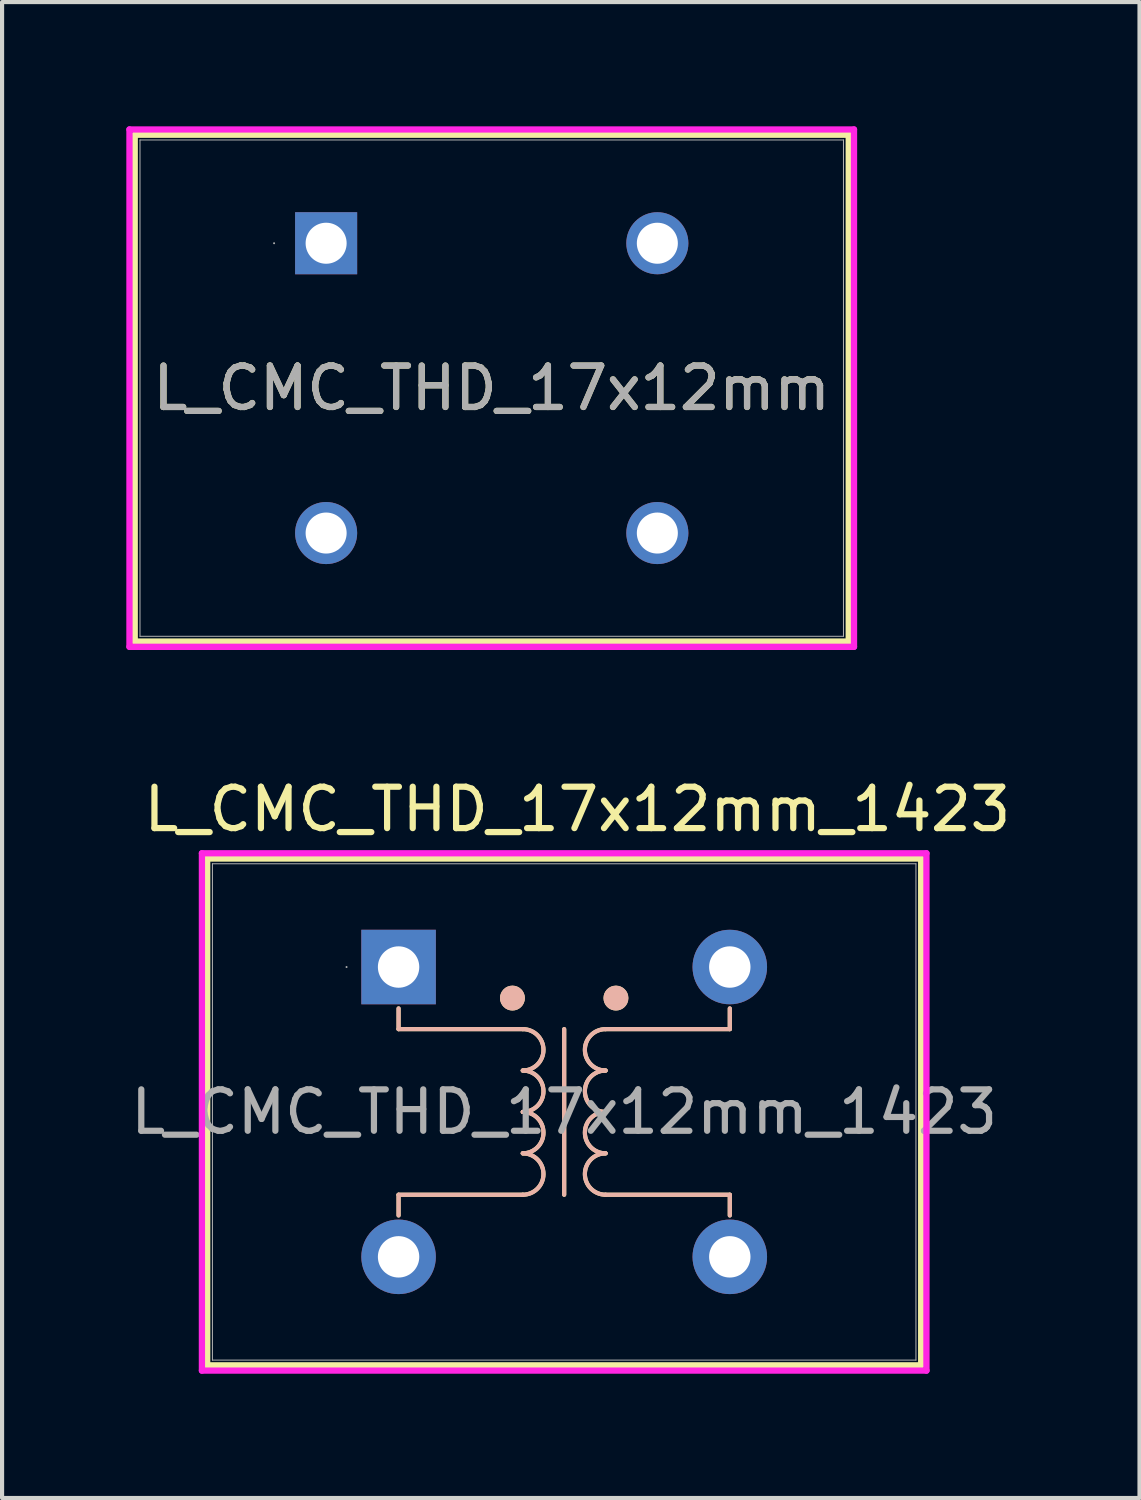
<source format=kicad_pcb>
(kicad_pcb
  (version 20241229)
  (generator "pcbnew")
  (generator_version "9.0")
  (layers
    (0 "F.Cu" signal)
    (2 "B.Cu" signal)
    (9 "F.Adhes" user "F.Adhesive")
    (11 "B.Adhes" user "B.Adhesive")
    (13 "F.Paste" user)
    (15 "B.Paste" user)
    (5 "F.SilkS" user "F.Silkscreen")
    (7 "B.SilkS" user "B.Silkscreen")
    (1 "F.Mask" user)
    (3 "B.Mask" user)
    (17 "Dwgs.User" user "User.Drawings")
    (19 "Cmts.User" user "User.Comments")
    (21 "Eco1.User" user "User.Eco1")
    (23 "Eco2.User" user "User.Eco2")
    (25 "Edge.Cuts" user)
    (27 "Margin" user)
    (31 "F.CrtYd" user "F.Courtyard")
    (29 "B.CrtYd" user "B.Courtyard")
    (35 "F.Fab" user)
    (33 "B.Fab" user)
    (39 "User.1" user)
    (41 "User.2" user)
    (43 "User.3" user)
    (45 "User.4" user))
  (footprint "L_CMC_THD_17x12mm"
    (layer "F.Cu")
    (at 4.827 2.825)
    (property "Reference" "L_CMC_THD_17x12mm" (at 4 3.5 0) (unlocked yes) (layer "F.SilkS") (effects (font (size 1 1) (thickness 0.15))))
    (attr through_hole)
    (fp_line (start -4.623 -2.621) (end -4.623 9.621) (stroke (width 0.152) (type solid)) (layer "F.SilkS"))
    (fp_line (start 12.623 -2.621) (end -4.623 -2.621) (stroke (width 0.152) (type solid)) (layer "F.SilkS"))
    (fp_line (start 12.623 -2.621) (end 12.623 9.621) (stroke (width 0.152) (type solid)) (layer "F.SilkS"))
    (fp_line (start 12.623 9.621) (end -4.623 9.621) (stroke (width 0.152) (type solid)) (layer "F.SilkS"))
    (fp_line (start -4.75 -2.748) (end 12.75 -2.748) (stroke (width 0.152) (type solid)) (layer "F.CrtYd"))
    (fp_line (start -4.75 9.748) (end -4.75 -2.748) (stroke (width 0.152) (type solid)) (layer "F.CrtYd"))
    (fp_line (start 12.75 -2.748) (end 12.75 9.748) (stroke (width 0.152) (type solid)) (layer "F.CrtYd"))
    (fp_line (start 12.75 9.748) (end -4.75 9.748) (stroke (width 0.152) (type solid)) (layer "F.CrtYd"))
    (fp_line (start -4.496 -2.494) (end -4.496 9.494) (stroke (width 0.025) (type solid)) (layer "F.Fab"))
    (fp_line (start 12.496 -2.494) (end -4.496 -2.494) (stroke (width 0.025) (type solid)) (layer "F.Fab"))
    (fp_line (start 12.496 -2.494) (end 12.496 9.494) (stroke (width 0.025) (type solid)) (layer "F.Fab"))
    (fp_line (start 12.496 9.494) (end -4.496 9.494) (stroke (width 0.025) (type solid)) (layer "F.Fab"))
    (fp_circle (center -1.257 0) (end -1.257 0) (stroke (width 0.025) (type solid)) (fill no) (layer "F.Fab"))
    (fp_text user "${REFERENCE}" (at 4 3.5 0) (unlocked yes) (layer "F.Fab") (effects (font (size 1 1) (thickness 0.15))))
    (pad "1" thru_hole rect (at 0 0) (size 1.499 1.499) (drill 0.991) (layers "*.Cu" "*.Mask"))
    (pad "2" thru_hole circle (at 0 7) (size 1.499 1.499) (drill 0.991) (layers "*.Cu" "*.Mask"))
    (pad "3" thru_hole circle (at 8 7) (size 1.499 1.499) (drill 0.991) (layers "*.Cu" "*.Mask"))
    (pad "4" thru_hole circle (at 8 0) (size 1.499 1.499) (drill 0.991) (layers "*.Cu" "*.Mask")))
  (footprint "L_CMC_THD_17x12mm_1423"
    (layer "F.Cu")
    (at 6.577 20.307)
    (property "Reference" "L_CMC_THD_17x12mm_1423" (at 4.318 -3.81 0) (unlocked yes) (layer "F.SilkS") (effects (font (size 1 1) (thickness 0.15))))
    (attr through_hole)
    (fp_line (start -4.623 -2.621) (end -4.623 9.621) (stroke (width 0.152) (type solid)) (layer "F.SilkS"))
    (fp_line (start 0 1.5) (end 0 1) (stroke (width 0.1) (type default)) (layer "F.SilkS"))
    (fp_line (start 0 5.5) (end 0 6) (stroke (width 0.1) (type default)) (layer "F.SilkS"))
    (fp_line (start 3 1.5) (end 0 1.5) (stroke (width 0.1) (type default)) (layer "F.SilkS"))
    (fp_line (start 3 5.5) (end 0 5.5) (stroke (width 0.1) (type default)) (layer "F.SilkS"))
    (fp_line (start 4 1.5) (end 4 5.5) (stroke (width 0.1) (type default)) (layer "F.SilkS"))
    (fp_line (start 5 1.5) (end 8 1.5) (stroke (width 0.1) (type default)) (layer "F.SilkS"))
    (fp_line (start 5 5.5) (end 8 5.5) (stroke (width 0.1) (type default)) (layer "F.SilkS"))
    (fp_line (start 8 1.5) (end 8 1) (stroke (width 0.1) (type default)) (layer "F.SilkS"))
    (fp_line (start 8 5.5) (end 8 6) (stroke (width 0.1) (type default)) (layer "F.SilkS"))
    (fp_line (start 12.623 -2.621) (end -4.623 -2.621) (stroke (width 0.152) (type solid)) (layer "F.SilkS"))
    (fp_line (start 12.623 -2.621) (end 12.623 9.621) (stroke (width 0.152) (type solid)) (layer "F.SilkS"))
    (fp_line (start 12.623 9.621) (end -4.623 9.621) (stroke (width 0.152) (type solid)) (layer "F.SilkS"))
    (fp_arc (start 3 1.5) (mid 3.5 2) (end 3 2.5) (stroke (width 0.1) (type default)) (layer "F.SilkS"))
    (fp_arc (start 3 2.5) (mid 3.5 3) (end 3 3.5) (stroke (width 0.1) (type default)) (layer "F.SilkS"))
    (fp_arc (start 3 3.5) (mid 3.5 4) (end 3 4.5) (stroke (width 0.1) (type default)) (layer "F.SilkS"))
    (fp_arc (start 3 4.5) (mid 3.5 5) (end 3 5.5) (stroke (width 0.1) (type default)) (layer "F.SilkS"))
    (fp_arc (start 5 2.5) (mid 4.5 2) (end 5 1.5) (stroke (width 0.1) (type default)) (layer "F.SilkS"))
    (fp_arc (start 5 3.5) (mid 4.5 3) (end 5 2.5) (stroke (width 0.1) (type default)) (layer "F.SilkS"))
    (fp_arc (start 5 4.5) (mid 4.5 4) (end 5 3.5) (stroke (width 0.1) (type default)) (layer "F.SilkS"))
    (fp_arc (start 5 5.5) (mid 4.5 5) (end 5 4.5) (stroke (width 0.1) (type default)) (layer "F.SilkS"))
    (fp_circle (center 2.75 0.75) (end 3 0.75) (stroke (width 0.1) (type solid)) (fill yes) (layer "F.SilkS"))
    (fp_circle (center 5.25 0.75) (end 5.5 0.75) (stroke (width 0.1) (type solid)) (fill yes) (layer "F.SilkS"))
    (fp_line (start 0 1.5) (end 0 1) (stroke (width 0.1) (type default)) (layer "B.SilkS"))
    (fp_line (start 0 5.5) (end 0 6) (stroke (width 0.1) (type default)) (layer "B.SilkS"))
    (fp_line (start 3 1.5) (end 0 1.5) (stroke (width 0.1) (type default)) (layer "B.SilkS"))
    (fp_line (start 3 5.5) (end 0 5.5) (stroke (width 0.1) (type default)) (layer "B.SilkS"))
    (fp_line (start 4 1.5) (end 4 5.5) (stroke (width 0.1) (type default)) (layer "B.SilkS"))
    (fp_line (start 5 1.5) (end 8 1.5) (stroke (width 0.1) (type default)) (layer "B.SilkS"))
    (fp_line (start 5 5.5) (end 8 5.5) (stroke (width 0.1) (type default)) (layer "B.SilkS"))
    (fp_line (start 8 1.5) (end 8 1) (stroke (width 0.1) (type default)) (layer "B.SilkS"))
    (fp_line (start 8 5.5) (end 8 6) (stroke (width 0.1) (type default)) (layer "B.SilkS"))
    (fp_arc (start 3 1.5) (mid 3.5 2) (end 3 2.5) (stroke (width 0.1) (type default)) (layer "B.SilkS"))
    (fp_arc (start 3 2.5) (mid 3.5 3) (end 3 3.5) (stroke (width 0.1) (type default)) (layer "B.SilkS"))
    (fp_arc (start 3 3.5) (mid 3.5 4) (end 3 4.5) (stroke (width 0.1) (type default)) (layer "B.SilkS"))
    (fp_arc (start 3 4.5) (mid 3.5 5) (end 3 5.5) (stroke (width 0.1) (type default)) (layer "B.SilkS"))
    (fp_arc (start 5 2.5) (mid 4.5 2) (end 5 1.5) (stroke (width 0.1) (type default)) (layer "B.SilkS"))
    (fp_arc (start 5 3.5) (mid 4.5 3) (end 5 2.5) (stroke (width 0.1) (type default)) (layer "B.SilkS"))
    (fp_arc (start 5 4.5) (mid 4.5 4) (end 5 3.5) (stroke (width 0.1) (type default)) (layer "B.SilkS"))
    (fp_arc (start 5 5.5) (mid 4.5 5) (end 5 4.5) (stroke (width 0.1) (type default)) (layer "B.SilkS"))
    (fp_circle (center 2.75 0.75) (end 2.5 0.75) (stroke (width 0.1) (type solid)) (fill yes) (layer "B.SilkS"))
    (fp_circle (center 5.25 0.75) (end 5 0.75) (stroke (width 0.1) (type solid)) (fill yes) (layer "B.SilkS"))
    (fp_line (start -4.75 -2.748) (end 12.75 -2.748) (stroke (width 0.152) (type solid)) (layer "F.CrtYd"))
    (fp_line (start -4.75 9.748) (end -4.75 -2.748) (stroke (width 0.152) (type solid)) (layer "F.CrtYd"))
    (fp_line (start 12.75 -2.748) (end 12.75 9.748) (stroke (width 0.152) (type solid)) (layer "F.CrtYd"))
    (fp_line (start 12.75 9.748) (end -4.75 9.748) (stroke (width 0.152) (type solid)) (layer "F.CrtYd"))
    (fp_line (start -4.496 -2.494) (end -4.496 9.494) (stroke (width 0.025) (type solid)) (layer "F.Fab"))
    (fp_line (start 12.496 -2.494) (end -4.496 -2.494) (stroke (width 0.025) (type solid)) (layer "F.Fab"))
    (fp_line (start 12.496 -2.494) (end 12.496 9.494) (stroke (width 0.025) (type solid)) (layer "F.Fab"))
    (fp_line (start 12.496 9.494) (end -4.496 9.494) (stroke (width 0.025) (type solid)) (layer "F.Fab"))
    (fp_circle (center -1.257 0) (end -1.257 0) (stroke (width 0.025) (type solid)) (fill no) (layer "F.Fab"))
    (fp_text user "${REFERENCE}" (at 4 3.5 0) (unlocked yes) (layer "F.Fab") (effects (font (size 1 1) (thickness 0.15))))
    (pad "1" thru_hole rect (at 0 0) (size 1.8 1.8) (drill 1) (layers "*.Cu" "*.Mask"))
    (pad "2" thru_hole circle (at 8 0) (size 1.8 1.8) (drill 1) (layers "*.Cu" "*.Mask"))
    (pad "3" thru_hole circle (at 8 7) (size 1.8 1.8) (drill 1) (layers "*.Cu" "*.Mask"))
    (pad "4" thru_hole circle (at 0 7) (size 1.8 1.8) (drill 1) (layers "*.Cu" "*.Mask")))
  (gr_rect
    (start -3 -3)
    (end 24.473 33.132)
    (stroke (width 0.1) (type default))
    (fill no)
    (layer "Edge.Cuts")))
</source>
